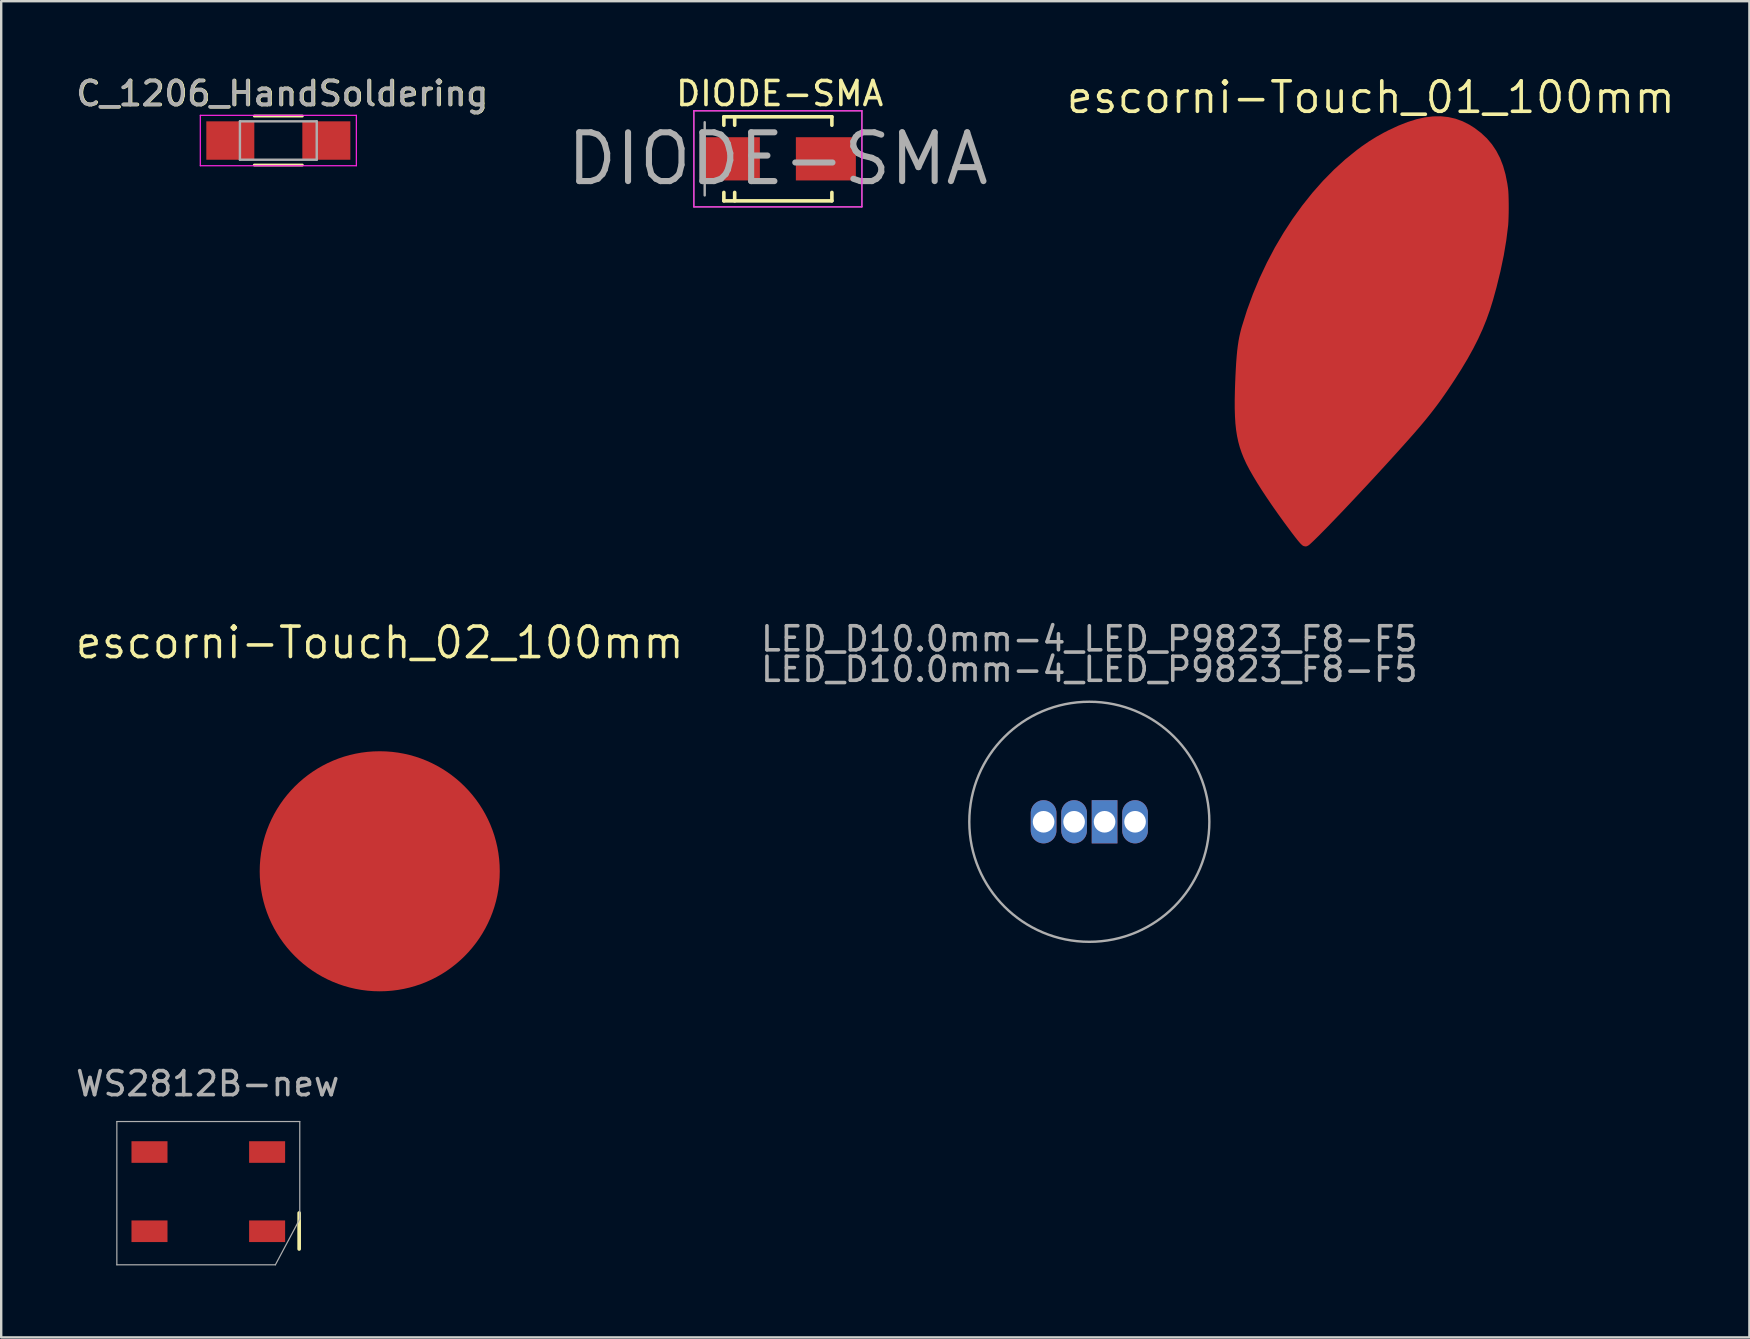
<source format=kicad_pcb>
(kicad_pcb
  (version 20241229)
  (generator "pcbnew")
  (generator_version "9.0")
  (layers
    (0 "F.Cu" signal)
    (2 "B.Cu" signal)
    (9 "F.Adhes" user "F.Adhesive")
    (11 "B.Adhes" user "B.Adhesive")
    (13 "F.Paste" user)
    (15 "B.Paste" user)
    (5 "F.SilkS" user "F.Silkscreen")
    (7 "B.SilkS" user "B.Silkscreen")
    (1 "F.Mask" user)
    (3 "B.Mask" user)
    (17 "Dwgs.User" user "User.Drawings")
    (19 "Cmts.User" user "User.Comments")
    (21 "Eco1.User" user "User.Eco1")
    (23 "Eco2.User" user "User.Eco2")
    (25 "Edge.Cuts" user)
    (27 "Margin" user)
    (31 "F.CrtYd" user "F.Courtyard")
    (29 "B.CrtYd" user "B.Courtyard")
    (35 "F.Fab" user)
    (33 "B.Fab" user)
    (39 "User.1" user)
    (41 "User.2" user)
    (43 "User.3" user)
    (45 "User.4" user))
  (footprint "escorni-Touch_02_100mm"
    (layer "F.Cu")
    (at 12.768 33.244)
    (property "Reference" "escorni-Touch_02_100mm" (at 0 -9.525 0) (layer "F.SilkS") (effects (font (size 1.27 1.27) (thickness 0.15))))
    (attr through_hole)
    (pad "1" smd circle (at 0 0) (size 10 10) (layers "F.Cu")))
  (footprint "WS2812B-new"
    (layer "F.Cu")
    (at 5.627 46.589)
    (property "Reference" "WS2812B-new" (at -0.025 -4.496 0) (layer "F.Fab") (effects (font (size 1 1) (thickness 0.15))))
    (attr through_hole)
    (fp_line (start 3.785 0.889) (end 3.785 2.389) (stroke (width 0.152) (type solid)) (layer "F.SilkS"))
    (fp_line (start -3.81 -2.921) (end -3.81 3.048) (stroke (width 0.05) (type solid)) (layer "F.Fab"))
    (fp_line (start -3.81 3.048) (end 2.794 3.048) (stroke (width 0.05) (type solid)) (layer "F.Fab"))
    (fp_line (start 2.794 3.048) (end 3.81 1.143) (stroke (width 0.05) (type solid)) (layer "F.Fab"))
    (fp_line (start 3.81 -2.921) (end -3.81 -2.921) (stroke (width 0.05) (type solid)) (layer "F.Fab"))
    (fp_line (start 3.81 1.143) (end 3.81 -2.921) (stroke (width 0.05) (type solid)) (layer "F.Fab"))
    (pad "1" smd rect (at 2.45 1.65) (size 1.5 0.9) (layers "F.Cu" "F.Mask" "F.Paste"))
    (pad "2" smd rect (at 2.45 -1.65) (size 1.5 0.9) (layers "F.Cu" "F.Mask" "F.Paste"))
    (pad "3" smd rect (at -2.45 -1.65) (size 1.5 0.9) (layers "F.Cu" "F.Mask" "F.Paste"))
    (pad "4" smd rect (at -2.45 1.65) (size 1.5 0.9) (layers "F.Cu" "F.Mask" "F.Paste")))
  (footprint "C_1206_HandSoldering"
    (layer "F.Cu")
    (at 8.544 2.804)
    (property "Reference" "C_1206_HandSoldering" (at 0.178 -1.956 0) (layer "F.SilkS") (effects (font (size 1 1) (thickness 0.15))))
    (attr smd)
    (fp_line (start -1 1.02) (end 1 1.02) (stroke (width 0.12) (type solid)) (layer "F.SilkS"))
    (fp_line (start 1 -1.02) (end -1 -1.02) (stroke (width 0.12) (type solid)) (layer "F.SilkS"))
    (fp_line (start -3.25 -1.05) (end -3.25 1.05) (stroke (width 0.05) (type solid)) (layer "F.CrtYd"))
    (fp_line (start -3.25 -1.05) (end 3.25 -1.05) (stroke (width 0.05) (type solid)) (layer "F.CrtYd"))
    (fp_line (start 3.25 1.05) (end -3.25 1.05) (stroke (width 0.05) (type solid)) (layer "F.CrtYd"))
    (fp_line (start 3.25 1.05) (end 3.25 -1.05) (stroke (width 0.05) (type solid)) (layer "F.CrtYd"))
    (fp_line (start -1.6 -0.8) (end 1.6 -0.8) (stroke (width 0.1) (type solid)) (layer "F.Fab"))
    (fp_line (start -1.6 0.8) (end -1.6 -0.8) (stroke (width 0.1) (type solid)) (layer "F.Fab"))
    (fp_line (start 1.6 -0.8) (end 1.6 0.8) (stroke (width 0.1) (type solid)) (layer "F.Fab"))
    (fp_line (start 1.6 0.8) (end -1.6 0.8) (stroke (width 0.1) (type solid)) (layer "F.Fab"))
    (fp_text user "${REFERENCE}" (at 0.152 -1.956 0) (layer "F.Fab") (effects (font (size 1 1) (thickness 0.15))))
    (pad "1" smd rect (at -2 0) (size 2 1.6) (layers "F.Cu" "F.Mask" "F.Paste"))
    (pad "2" smd rect (at 2 0) (size 2 1.6) (layers "F.Cu" "F.Mask" "F.Paste")))
  (footprint "DIODE-SMA"
    (layer "F.Cu")
    (at 29.353 3.566)
    (property "Reference" "DIODE-SMA" (at 0 0 0) (layer "F.Fab") (effects (font (size 2.032 2.032) (thickness 0.254))))
    (attr smd)
    (fp_line (start -2.25 -1.75) (end -2.25 -1.4) (stroke (width 0.15) (type solid)) (layer "F.SilkS"))
    (fp_line (start -2.25 -1.75) (end 2.25 -1.75) (stroke (width 0.15) (type solid)) (layer "F.SilkS"))
    (fp_line (start -2.25 1.75) (end -2.25 1.4) (stroke (width 0.15) (type solid)) (layer "F.SilkS"))
    (fp_line (start -2.25 1.75) (end 2.25 1.75) (stroke (width 0.15) (type solid)) (layer "F.SilkS"))
    (fp_line (start -1.799 -1.75) (end -1.799 -1.4) (stroke (width 0.15) (type solid)) (layer "F.SilkS"))
    (fp_line (start -1.799 1.75) (end -1.799 1.4) (stroke (width 0.15) (type solid)) (layer "F.SilkS"))
    (fp_line (start 2.25 -1.75) (end 2.25 -1.4) (stroke (width 0.15) (type solid)) (layer "F.SilkS"))
    (fp_line (start 2.25 1.75) (end 2.25 1.4) (stroke (width 0.15) (type solid)) (layer "F.SilkS"))
    (fp_line (start -3.5 -2) (end 3.5 -2) (stroke (width 0.05) (type solid)) (layer "F.CrtYd"))
    (fp_line (start -3.5 2) (end -3.5 -2) (stroke (width 0.05) (type solid)) (layer "F.CrtYd"))
    (fp_line (start 3.5 -2) (end 3.5 2) (stroke (width 0.05) (type solid)) (layer "F.CrtYd"))
    (fp_line (start 3.5 2) (end -3.5 2) (stroke (width 0.05) (type solid)) (layer "F.CrtYd"))
    (fp_line (start -3.5 -2) (end 3.5 -2) (stroke (width 0.05) (type solid)) (layer "F.Fab"))
    (fp_line (start -3.5 2) (end -3.5 -2) (stroke (width 0.05) (type solid)) (layer "F.Fab"))
    (fp_line (start -3.048 -1.524) (end -3.048 1.524) (stroke (width 0.1) (type solid)) (layer "F.Fab"))
    (fp_line (start 3.5 -2) (end 3.5 2) (stroke (width 0.05) (type solid)) (layer "F.Fab"))
    (fp_line (start 3.5 2) (end -3.5 2) (stroke (width 0.05) (type solid)) (layer "F.Fab"))
    (fp_text user "${REFERENCE}" (at 0.076 -2.718 0) (layer "F.SilkS") (effects (font (size 1 1) (thickness 0.15))))
    (pad "1" smd rect (at -1.999 0) (size 2.499 1.801) (layers "F.Cu" "F.Mask" "F.Paste"))
    (pad "2" smd rect (at 1.999 0) (size 2.499 1.801) (layers "F.Cu" "F.Mask" "F.Paste")))
  (footprint "escorni-Touch_01_100mm"
    (layer "F.Cu")
    (at 54.056 10.531)
    (property "Reference" "escorni-Touch_01_100mm" (at 0 -9.525 0) (layer "F.SilkS") (effects (font (size 1.27 1.27) (thickness 0.15))))
    (attr through_hole)
    (fp_poly (pts (xy 3.228 -8.704) (xy 3.529 -8.635) (xy 3.822 -8.528) (xy 4.106 -8.385) (xy 4.314 -8.253) (xy 4.588 -8.045) (xy 4.831 -7.818) (xy 5.042 -7.57) (xy 5.224 -7.298) (xy 5.379 -7) (xy 5.506 -6.674) (xy 5.607 -6.318) (xy 5.684 -5.93) (xy 5.715 -5.715) (xy 5.725 -5.605) (xy 5.733 -5.461) (xy 5.738 -5.291) (xy 5.741 -5.105) (xy 5.742 -4.911) (xy 5.74 -4.717) (xy 5.735 -4.531) (xy 5.729 -4.363) (xy 5.72 -4.22) (xy 5.715 -4.17) (xy 5.64 -3.57) (xy 5.535 -2.943) (xy 5.399 -2.29) (xy 5.233 -1.614) (xy 5.087 -1.083) (xy 4.96 -0.673) (xy 4.816 -0.271) (xy 4.654 0.129) (xy 4.47 0.532) (xy 4.263 0.94) (xy 4.031 1.36) (xy 3.77 1.796) (xy 3.48 2.251) (xy 3.366 2.424) (xy 3.214 2.65) (xy 3.068 2.862) (xy 2.926 3.064) (xy 2.784 3.259) (xy 2.639 3.451) (xy 2.489 3.645) (xy 2.331 3.842) (xy 2.161 4.048) (xy 1.977 4.265) (xy 1.776 4.497) (xy 1.554 4.748) (xy 1.31 5.021) (xy 1.04 5.321) (xy 0.98 5.387) (xy 0.727 5.666) (xy 0.47 5.946) (xy 0.212 6.227) (xy -0.045 6.505) (xy -0.3 6.779) (xy -0.551 7.047) (xy -0.796 7.308) (xy -1.033 7.559) (xy -1.26 7.798) (xy -1.477 8.024) (xy -1.68 8.235) (xy -1.868 8.429) (xy -2.04 8.603) (xy -2.193 8.757) (xy -2.326 8.888) (xy -2.436 8.994) (xy -2.523 9.074) (xy -2.585 9.126) (xy -2.607 9.142) (xy -2.67 9.174) (xy -2.724 9.182) (xy -2.79 9.169) (xy -2.795 9.168) (xy -2.829 9.153) (xy -2.87 9.123) (xy -2.92 9.076) (xy -2.982 9.007) (xy -3.058 8.916) (xy -3.152 8.797) (xy -3.266 8.649) (xy -3.347 8.541) (xy -3.615 8.179) (xy -3.871 7.824) (xy -4.114 7.478) (xy -4.341 7.144) (xy -4.55 6.827) (xy -4.74 6.527) (xy -4.907 6.249) (xy -5.052 5.996) (xy -5.17 5.771) (xy -5.198 5.715) (xy -5.299 5.493) (xy -5.387 5.272) (xy -5.462 5.05) (xy -5.524 4.822) (xy -5.575 4.583) (xy -5.615 4.33) (xy -5.644 4.058) (xy -5.662 3.763) (xy -5.672 3.441) (xy -5.673 3.089) (xy -5.665 2.7) (xy -5.658 2.477) (xy -5.644 2.119) (xy -5.628 1.8) (xy -5.611 1.514) (xy -5.591 1.258) (xy -5.569 1.028) (xy -5.543 0.818) (xy -5.514 0.624) (xy -5.48 0.443) (xy -5.441 0.271) (xy -5.398 0.102) (xy -5.378 0.032) (xy -5.162 -0.657) (xy -4.914 -1.334) (xy -4.637 -1.997) (xy -4.331 -2.644) (xy -4 -3.272) (xy -3.643 -3.878) (xy -3.263 -4.462) (xy -2.86 -5.019) (xy -2.438 -5.549) (xy -1.997 -6.048) (xy -1.538 -6.514) (xy -1.064 -6.946) (xy -0.575 -7.34) (xy -0.364 -7.496) (xy -0.07 -7.697) (xy 0.22 -7.877) (xy 0.525 -8.048) (xy 0.737 -8.157) (xy 1.143 -8.346) (xy 1.53 -8.498) (xy 1.899 -8.614) (xy 2.252 -8.692) (xy 2.59 -8.733) (xy 2.915 -8.737) (xy 3.228 -8.704)) (stroke (width 0) (type solid)) (fill yes) (layer "F.Cu"))
    (pad "1" smd circle (at 0 0) (size 8 8) (layers "F.Cu" "F.Mask" "F.Paste")))
  (footprint "LED_D10.0mm-4_LED_P9823_F8-F5"
    (layer "F.Cu")
    (at 42.327 31.182)
    (property "Reference" "LED_D10.0mm-4_LED_P9823_F8-F5" (at 0 -7.62 0) (layer "F.Fab") (effects (font (size 1 1) (thickness 0.15))))
    (attr through_hole)
    (fp_circle (center 0 0) (end 5 0) (stroke (width 0.1) (type solid)) (fill no) (layer "F.Fab"))
    (fp_text user "${REFERENCE}" (at 0 -6.35 0) (layer "F.Fab") (effects (font (size 1 1) (thickness 0.15))))
    (pad "1" thru_hole oval (at -1.905 0) (size 1.07 1.8) (drill 0.9) (layers "*.Cu" "*.Mask"))
    (pad "2" thru_hole oval (at -0.635 0) (size 1.07 1.8) (drill 0.9) (layers "*.Cu" "*.Mask"))
    (pad "3" thru_hole rect (at 0.635 0) (size 1.07 1.8) (drill 0.9) (layers "*.Cu" "*.Mask"))
    (pad "4" thru_hole oval (at 1.905 0) (size 1.07 1.8) (drill 0.9) (layers "*.Cu" "*.Mask")))
  (gr_rect
    (start -3 -3)
    (end 69.823 52.662)
    (stroke (width 0.1) (type default))
    (fill no)
    (layer "Edge.Cuts")))
</source>
